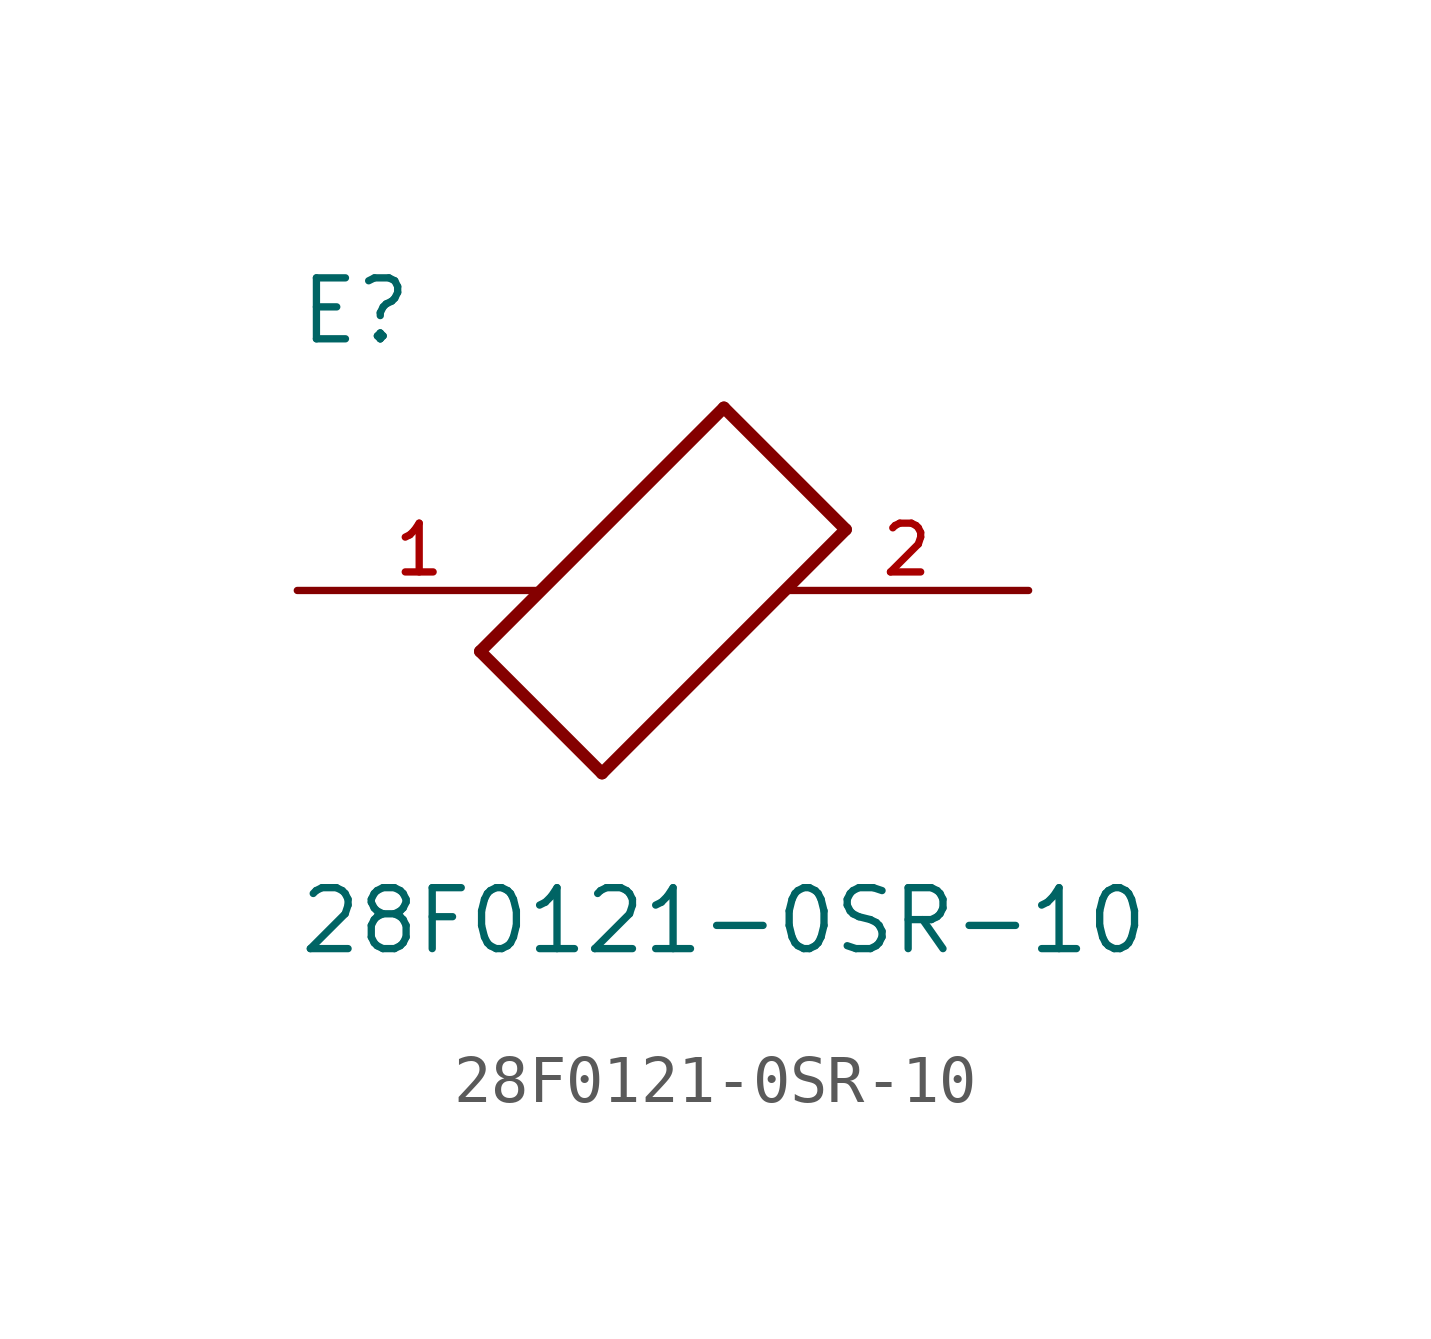
<source format=kicad_sym>
(kicad_symbol_lib
  (version 20211014)
  (generator kicad_symbol_editor)
  (symbol "28F0121-0SR-10"
    (pin_names
      (offset 1.016))
    (property "Reference" "E"
      (at -7.624 5.081 0)
      (effects (font (size 1.27 1.27)) (justify bottom left)))
    (property "Value" "28F0121-0SR-10"
      (at -7.63 -7.627 0)
      (effects (font (size 1.27 1.27)) (justify bottom left)))
    (symbol "28F0121-0SR-10_0_0"
      (polyline (pts (xy -3.81 -1.27) (xy -1.27 -3.81)) (stroke (width 0.254)))
      (polyline (pts (xy -1.27 -3.81) (xy 3.81 1.27)) (stroke (width 0.254)))
      (polyline (pts (xy 3.81 1.27) (xy 1.27 3.81)) (stroke (width 0.254)))
      (polyline (pts (xy 1.27 3.81) (xy -3.81 -1.27)) (stroke (width 0.254)))
      (pin passive line (at 7.62 0.0 180.0) (length 5.08) (name "~" (effects (font (size 1.016 1.016)))) (number "2" (effects (font (size 1.016 1.016)))))
      (pin passive line (at -7.62 0.0 0) (length 5.08) (name "~" (effects (font (size 1.016 1.016)))) (number "1" (effects (font (size 1.016 1.016))))))))
</source>
